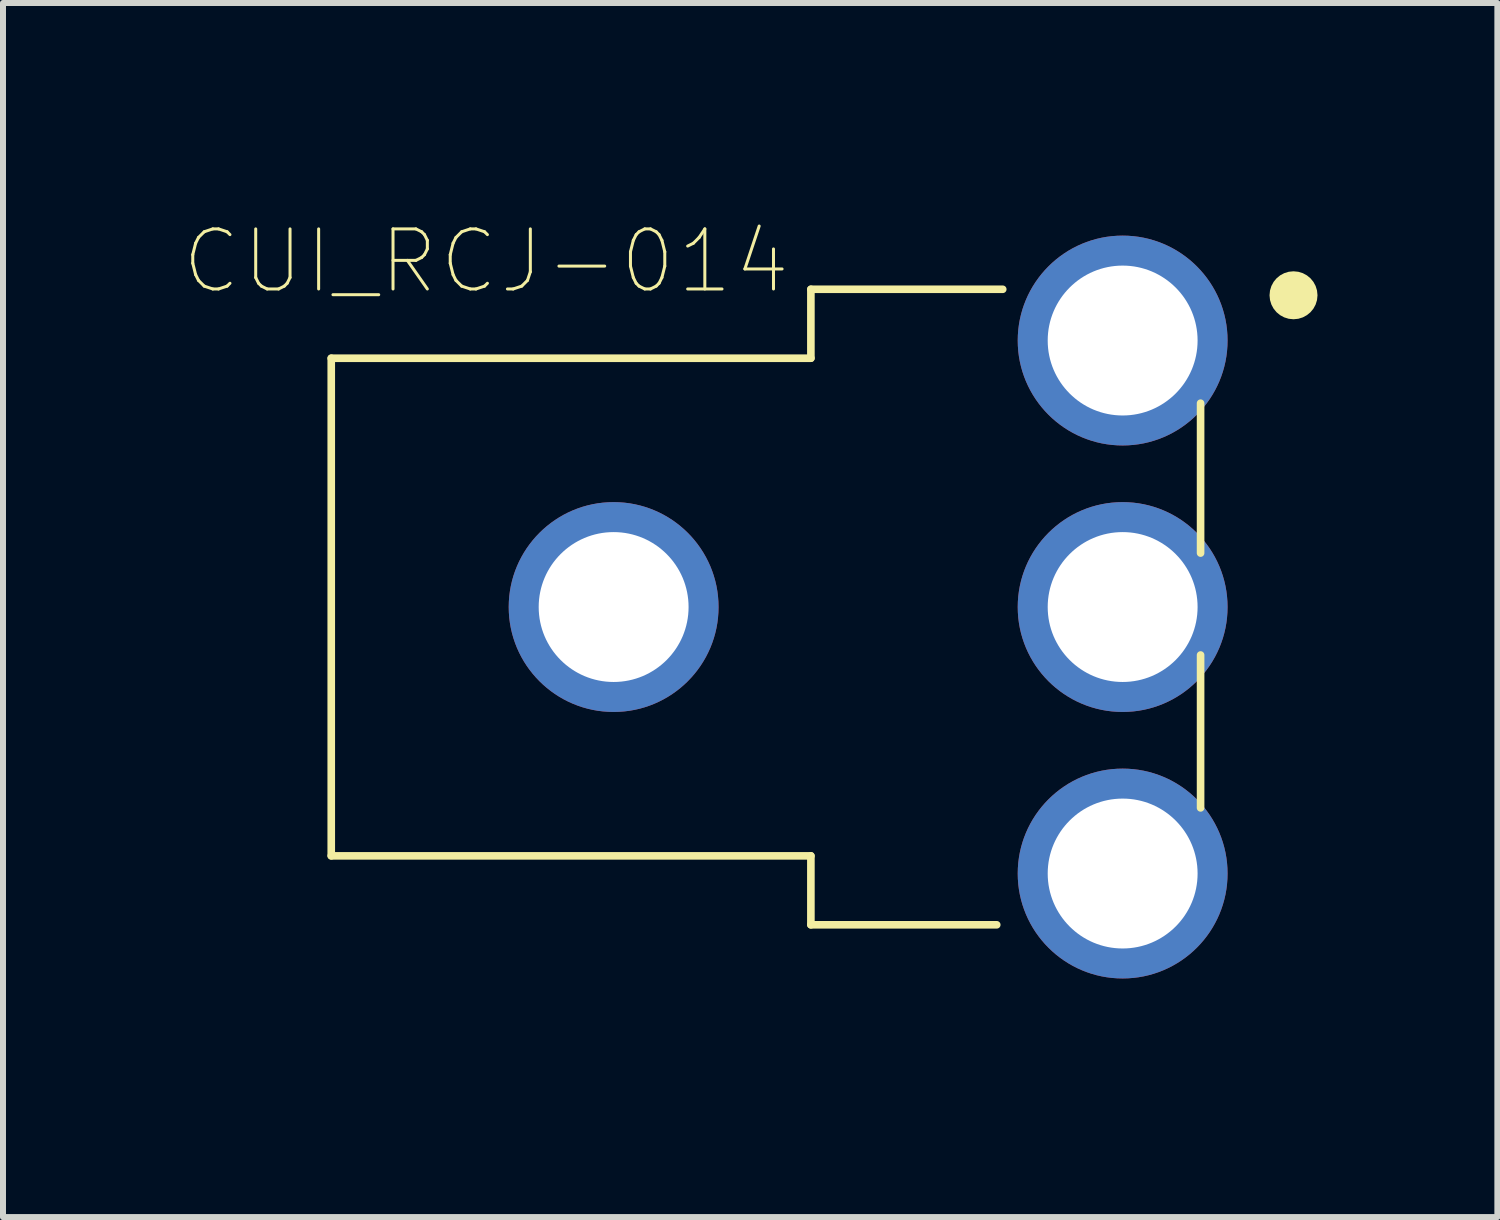
<source format=kicad_pcb>
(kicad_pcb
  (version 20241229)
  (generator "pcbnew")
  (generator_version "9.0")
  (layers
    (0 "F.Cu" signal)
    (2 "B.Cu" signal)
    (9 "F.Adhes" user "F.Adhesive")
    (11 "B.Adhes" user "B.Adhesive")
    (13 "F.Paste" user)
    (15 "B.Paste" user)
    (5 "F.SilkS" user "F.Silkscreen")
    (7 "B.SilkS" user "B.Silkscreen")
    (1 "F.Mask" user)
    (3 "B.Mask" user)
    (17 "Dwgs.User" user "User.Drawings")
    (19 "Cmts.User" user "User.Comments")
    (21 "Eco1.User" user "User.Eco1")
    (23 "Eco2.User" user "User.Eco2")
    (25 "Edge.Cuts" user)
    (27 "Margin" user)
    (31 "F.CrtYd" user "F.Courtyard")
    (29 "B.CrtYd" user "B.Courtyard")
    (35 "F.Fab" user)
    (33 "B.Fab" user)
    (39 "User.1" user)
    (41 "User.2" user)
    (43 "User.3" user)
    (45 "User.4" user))
  (footprint "CUI_RCJ-014"
    (layer "F.Cu")
    (at 9.725 7.075)
    (property "Reference" "CUI_RCJ-014" (at -4.669 -5.766 0) (layer "F.SilkS") (effects (font (size 1.002 1.002) (thickness 0.05))))
    (attr through_hole)
    (fp_line (start -7.25 -4.15) (end -7.25 4.15) (stroke (width 0.127) (type solid)) (layer "F.SilkS"))
    (fp_line (start -7.25 4.15) (end 0.75 4.15) (stroke (width 0.127) (type solid)) (layer "F.SilkS"))
    (fp_line (start 0.75 -5.3) (end 0.75 -4.15) (stroke (width 0.127) (type solid)) (layer "F.SilkS"))
    (fp_line (start 0.75 -4.15) (end -7.25 -4.15) (stroke (width 0.127) (type solid)) (layer "F.SilkS"))
    (fp_line (start 0.75 4.15) (end 0.75 5.3) (stroke (width 0.127) (type solid)) (layer "F.SilkS"))
    (fp_line (start 0.75 5.3) (end 3.85 5.3) (stroke (width 0.127) (type solid)) (layer "F.SilkS"))
    (fp_line (start 3.95 -5.3) (end 0.75 -5.3) (stroke (width 0.127) (type solid)) (layer "F.SilkS"))
    (fp_line (start 7.25 -0.9) (end 7.25 -3.4) (stroke (width 0.127) (type solid)) (layer "F.SilkS"))
    (fp_line (start 7.25 3.35) (end 7.25 0.8) (stroke (width 0.127) (type solid)) (layer "F.SilkS"))
    (fp_circle (center 8.8 -5.2) (end 9 -5.2) (stroke (width 0.4) (type solid)) (fill no) (layer "F.SilkS"))
    (fp_line (start -7.5 -4.4) (end -7.5 4.4) (stroke (width 0.05) (type solid)) (layer "Eco1.User"))
    (fp_line (start -7.5 4.4) (end 0.5 4.4) (stroke (width 0.05) (type solid)) (layer "Eco1.User"))
    (fp_line (start 0.5 -5.75) (end 0.5 -4.4) (stroke (width 0.05) (type solid)) (layer "Eco1.User"))
    (fp_line (start 0.5 -4.4) (end -7.5 -4.4) (stroke (width 0.05) (type solid)) (layer "Eco1.User"))
    (fp_line (start 0.5 4.4) (end 0.5 5.55) (stroke (width 0.05) (type solid)) (layer "Eco1.User"))
    (fp_line (start 0.5 5.55) (end 3.9 5.55) (stroke (width 0.05) (type solid)) (layer "Eco1.User"))
    (fp_line (start 3.9 -7.05) (end 8.1 -7.05) (stroke (width 0.05) (type solid)) (layer "Eco1.User"))
    (fp_line (start 3.9 -5.75) (end 0.5 -5.75) (stroke (width 0.05) (type solid)) (layer "Eco1.User"))
    (fp_line (start 3.9 -5.75) (end 3.9 -7.05) (stroke (width 0.05) (type solid)) (layer "Eco1.User"))
    (fp_line (start 3.9 7.15) (end 3.9 5.55) (stroke (width 0.05) (type solid)) (layer "Eco1.User"))
    (fp_line (start 7.6 -3.65) (end 7.6 3.55) (stroke (width 0.05) (type solid)) (layer "Eco1.User"))
    (fp_line (start 7.6 3.55) (end 8.1 3.55) (stroke (width 0.05) (type solid)) (layer "Eco1.User"))
    (fp_line (start 8.1 -7.05) (end 8.1 -3.65) (stroke (width 0.05) (type solid)) (layer "Eco1.User"))
    (fp_line (start 8.1 -3.65) (end 7.6 -3.65) (stroke (width 0.05) (type solid)) (layer "Eco1.User"))
    (fp_line (start 8.1 7.15) (end 3.9 7.15) (stroke (width 0.05) (type solid)) (layer "Eco1.User"))
    (fp_line (start 8.1 7.15) (end 8.1 3.55) (stroke (width 0.05) (type solid)) (layer "Eco1.User"))
    (fp_line (start -7.25 -4.15) (end -7.25 4.15) (stroke (width 0.127) (type solid)) (layer "Eco2.User"))
    (fp_line (start -7.25 4.15) (end 0.75 4.15) (stroke (width 0.127) (type solid)) (layer "Eco2.User"))
    (fp_line (start 0.75 -5.3) (end 0.75 -4.15) (stroke (width 0.127) (type solid)) (layer "Eco2.User"))
    (fp_line (start 0.75 -4.15) (end -7.25 -4.15) (stroke (width 0.127) (type solid)) (layer "Eco2.User"))
    (fp_line (start 0.75 4.15) (end 0.75 5.3) (stroke (width 0.127) (type solid)) (layer "Eco2.User"))
    (fp_line (start 0.75 5.3) (end 7.25 5.3) (stroke (width 0.127) (type solid)) (layer "Eco2.User"))
    (fp_line (start 7.25 -5.3) (end 0.75 -5.3) (stroke (width 0.127) (type solid)) (layer "Eco2.User"))
    (fp_line (start 7.25 5.3) (end 7.25 -5.3) (stroke (width 0.127) (type solid)) (layer "Eco2.User"))
    (pad "1A" thru_hole circle (at 5.95 -4.445) (size 3.5 3.5) (drill 2.5) (layers "*.Cu" "*.Mask"))
    (pad "1B" thru_hole circle (at 5.95 4.445) (size 3.5 3.5) (drill 2.5) (layers "*.Cu" "*.Mask"))
    (pad "1C" thru_hole circle (at -2.54 0) (size 3.5 3.5) (drill 2.5) (layers "*.Cu" "*.Mask"))
    (pad "2" thru_hole circle (at 5.95 0) (size 3.5 3.5) (drill 2.5) (layers "*.Cu" "*.Mask")))
  (gr_rect
    (start -3 -3)
    (end 21.925 17.25)
    (stroke (width 0.1) (type default))
    (fill no)
    (layer "Edge.Cuts")))
</source>
